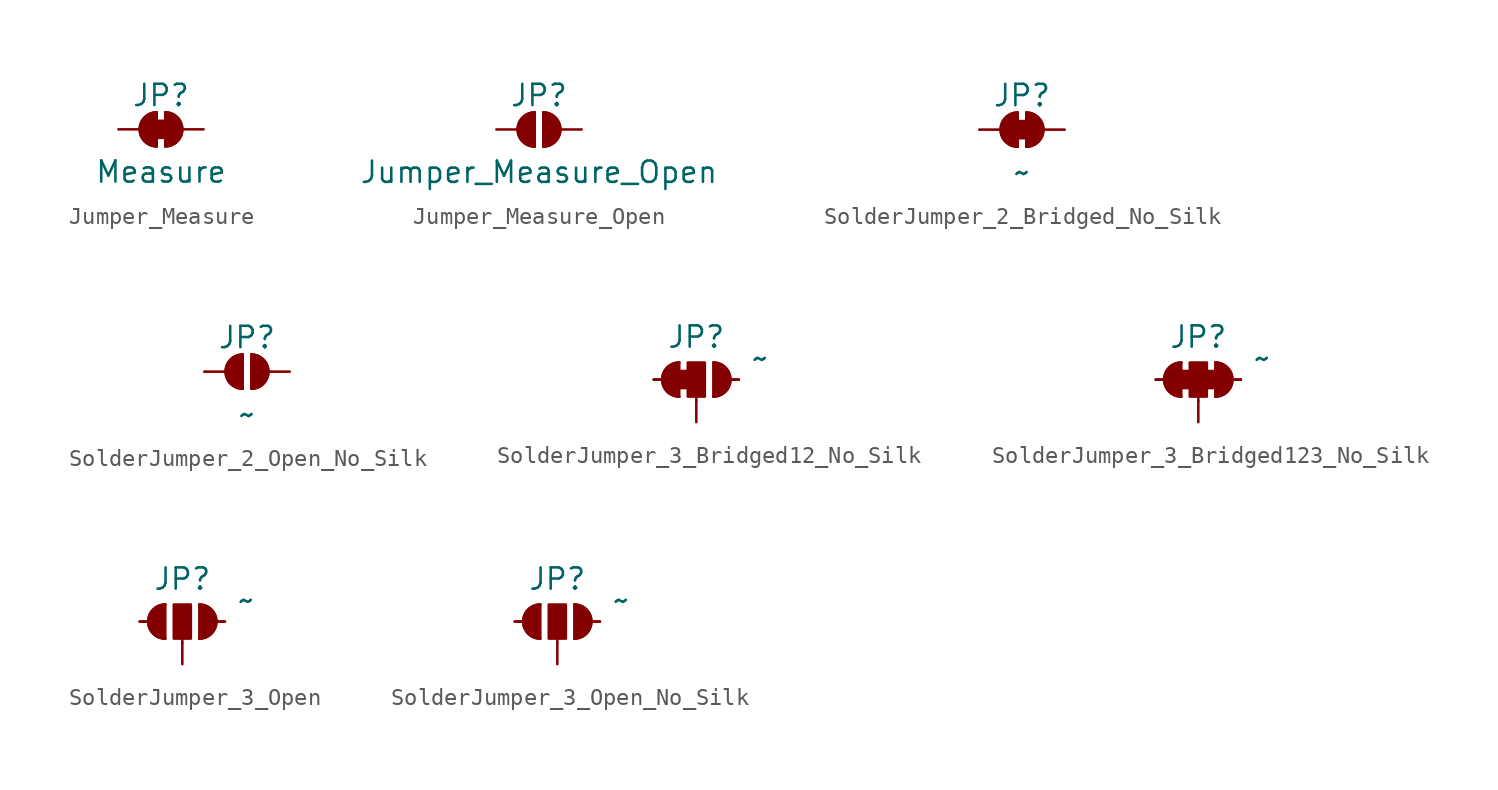
<source format=kicad_sym>
(kicad_symbol_lib
  (version 20231120)
  (generator "kicad_symbol_editor")
  (generator_version "8.0")
  (symbol "Jumper_Measure"
    (pin_numbers hide)
    (pin_names
      (offset 0) hide)
    (property "Reference" "JP"
      (at 0 2.032 0)
      (effects (font (size 1.27 1.27))))
    (property "Value" "Measure"
      (at 0 -2.54 0)
      (effects (font (size 1.27 1.27))))
    (symbol "Jumper_Measure_0_1"
      (rectangle (start -0.508 0.508) (end 0.508 -0.508) (stroke (width 0) (type default)) (fill (type outline)))
      (arc (start -0.254 1.016) (mid -1.2656 0) (end -0.254 -1.016) (stroke (width 0) (type default)) (fill (type none)))
      (arc (start -0.254 1.016) (mid -1.2656 0) (end -0.254 -1.016) (stroke (width 0) (type default)) (fill (type outline)))
      (polyline (pts (xy -0.254 1.016) (xy -0.254 -1.016)) (stroke (width 0) (type default)) (fill (type none)))
      (polyline (pts (xy 0.254 1.016) (xy 0.254 -1.016)) (stroke (width 0) (type default)) (fill (type none)))
      (arc (start 0.254 -1.016) (mid 1.2656 0) (end 0.254 1.016) (stroke (width 0) (type default)) (fill (type none)))
      (arc (start 0.254 -1.016) (mid 1.2656 0) (end 0.254 1.016) (stroke (width 0) (type default)) (fill (type outline))))
    (symbol "Jumper_Measure_1_1"
      (pin passive line (at -2.54 0 0) (length 1.27) (name "A" (effects (font (size 1.27 1.27)))) (number "1" (effects (font (size 1.27 1.27)))))
      (pin passive line (at 2.54 0 180) (length 1.27) (name "B" (effects (font (size 1.27 1.27)))) (number "2" (effects (font (size 1.27 1.27)))))))
  (symbol "Jumper_Measure_Open"
    (pin_numbers hide)
    (pin_names
      (offset 0) hide)
    (property "Reference" "JP"
      (at 0 2.032 0)
      (effects (font (size 1.27 1.27))))
    (property "Value" "Jumper_Measure_Open"
      (at 0 -2.54 0)
      (effects (font (size 1.27 1.27))))
    (symbol "Jumper_Measure_Open_0_1"
      (arc (start -0.254 1.016) (mid -1.2656 0) (end -0.254 -1.016) (stroke (width 0) (type default)) (fill (type none)))
      (arc (start -0.254 1.016) (mid -1.2656 0) (end -0.254 -1.016) (stroke (width 0) (type default)) (fill (type outline)))
      (polyline (pts (xy -0.254 1.016) (xy -0.254 -1.016)) (stroke (width 0) (type default)) (fill (type none)))
      (polyline (pts (xy 0.254 1.016) (xy 0.254 -1.016)) (stroke (width 0) (type default)) (fill (type none)))
      (arc (start 0.254 -1.016) (mid 1.2656 0) (end 0.254 1.016) (stroke (width 0) (type default)) (fill (type none)))
      (arc (start 0.254 -1.016) (mid 1.2656 0) (end 0.254 1.016) (stroke (width 0) (type default)) (fill (type outline))))
    (symbol "Jumper_Measure_Open_1_1"
      (pin passive line (at -2.54 0 0) (length 1.27) (name "A" (effects (font (size 1.27 1.27)))) (number "1" (effects (font (size 1.27 1.27)))))
      (pin passive line (at 2.54 0 180) (length 1.27) (name "B" (effects (font (size 1.27 1.27)))) (number "2" (effects (font (size 1.27 1.27)))))))
  (symbol "SolderJumper_2_Bridged_No_Silk"
    (pin_numbers hide)
    (pin_names
      (offset 0) hide)
    (property "Reference" "JP"
      (at 0 2.032 0)
      (effects (font (size 1.27 1.27))))
    (property "Value" "~"
      (at 0 -2.54 0)
      (effects (font (size 1.27 1.27))))
    (symbol "SolderJumper_2_Bridged_No_Silk_0_1"
      (rectangle (start -0.508 0.508) (end 0.508 -0.508) (stroke (width 0) (type default)) (fill (type outline)))
      (arc (start -0.254 1.016) (mid -1.2656 0) (end -0.254 -1.016) (stroke (width 0) (type default)) (fill (type none)))
      (arc (start -0.254 1.016) (mid -1.2656 0) (end -0.254 -1.016) (stroke (width 0) (type default)) (fill (type outline)))
      (polyline (pts (xy -0.254 1.016) (xy -0.254 -1.016)) (stroke (width 0) (type default)) (fill (type none)))
      (polyline (pts (xy 0.254 1.016) (xy 0.254 -1.016)) (stroke (width 0) (type default)) (fill (type none)))
      (arc (start 0.254 -1.016) (mid 1.2656 0) (end 0.254 1.016) (stroke (width 0) (type default)) (fill (type none)))
      (arc (start 0.254 -1.016) (mid 1.2656 0) (end 0.254 1.016) (stroke (width 0) (type default)) (fill (type outline))))
    (symbol "SolderJumper_2_Bridged_No_Silk_1_1"
      (pin passive line (at -2.54 0 0) (length 1.27) (name "A" (effects (font (size 1.27 1.27)))) (number "1" (effects (font (size 1.27 1.27)))))
      (pin passive line (at 2.54 0 180) (length 1.27) (name "B" (effects (font (size 1.27 1.27)))) (number "2" (effects (font (size 1.27 1.27)))))))
  (symbol "SolderJumper_2_Open_No_Silk"
    (pin_numbers hide)
    (pin_names
      (offset 0) hide)
    (property "Reference" "JP"
      (at 0 2.032 0)
      (effects (font (size 1.27 1.27))))
    (property "Value" "~"
      (at 0 -2.54 0)
      (effects (font (size 1.27 1.27))))
    (symbol "SolderJumper_2_Open_No_Silk_0_1"
      (arc (start -0.254 1.016) (mid -1.2656 0) (end -0.254 -1.016) (stroke (width 0) (type default)) (fill (type none)))
      (arc (start -0.254 1.016) (mid -1.2656 0) (end -0.254 -1.016) (stroke (width 0) (type default)) (fill (type outline)))
      (polyline (pts (xy -0.254 1.016) (xy -0.254 -1.016)) (stroke (width 0) (type default)) (fill (type none)))
      (polyline (pts (xy 0.254 1.016) (xy 0.254 -1.016)) (stroke (width 0) (type default)) (fill (type none)))
      (arc (start 0.254 -1.016) (mid 1.2656 0) (end 0.254 1.016) (stroke (width 0) (type default)) (fill (type none)))
      (arc (start 0.254 -1.016) (mid 1.2656 0) (end 0.254 1.016) (stroke (width 0) (type default)) (fill (type outline))))
    (symbol "SolderJumper_2_Open_No_Silk_1_1"
      (pin passive line (at -2.54 0 0) (length 1.27) (name "A" (effects (font (size 1.27 1.27)))) (number "1" (effects (font (size 1.27 1.27)))))
      (pin passive line (at 2.54 0 180) (length 1.27) (name "B" (effects (font (size 1.27 1.27)))) (number "2" (effects (font (size 1.27 1.27)))))))
  (symbol "SolderJumper_3_Bridged12_No_Silk"
    (pin_numbers hide)
    (pin_names
      (offset 0) hide)
    (property "Reference" "JP"
      (at 0 2.54 0)
      (effects (font (size 1.27 1.27))))
    (property "Value" "~"
      (at 3.81 1.27 0)
      (effects (font (size 1.27 1.27))))
    (symbol "SolderJumper_3_Bridged12_No_Silk_0_1"
      (rectangle (start -1.016 0.508) (end -0.508 -0.508) (stroke (width 0) (type default)) (fill (type outline)))
      (arc (start -1.016 1.016) (mid -2.0276 0) (end -1.016 -1.016) (stroke (width 0) (type default)) (fill (type none)))
      (arc (start -1.016 1.016) (mid -2.0276 0) (end -1.016 -1.016) (stroke (width 0) (type default)) (fill (type outline)))
      (rectangle (start -0.508 1.016) (end 0.508 -1.016) (stroke (width 0) (type default)) (fill (type outline)))
      (polyline (pts (xy -2.54 0) (xy -2.032 0)) (stroke (width 0) (type default)) (fill (type none)))
      (polyline (pts (xy -1.016 1.016) (xy -1.016 -1.016)) (stroke (width 0) (type default)) (fill (type none)))
      (polyline (pts (xy 0 -1.27) (xy 0 -1.016)) (stroke (width 0) (type default)) (fill (type none)))
      (polyline (pts (xy 1.016 1.016) (xy 1.016 -1.016)) (stroke (width 0) (type default)) (fill (type none)))
      (polyline (pts (xy 2.54 0) (xy 2.032 0)) (stroke (width 0) (type default)) (fill (type none)))
      (arc (start 1.016 -1.016) (mid 2.0276 0) (end 1.016 1.016) (stroke (width 0) (type default)) (fill (type none)))
      (arc (start 1.016 -1.016) (mid 2.0276 0) (end 1.016 1.016) (stroke (width 0) (type default)) (fill (type outline))))
    (symbol "SolderJumper_3_Bridged12_No_Silk_1_1"
      (pin passive line (at -2.54 0 0) (length 1.27) (name "A" (effects (font (size 1.27 1.27)))) (number "1" (effects (font (size 1.27 1.27)))))
      (pin passive line (at 2.54 0 180) (length 1.27) (name "B" (effects (font (size 1.27 1.27)))) (number "2" (effects (font (size 1.27 1.27)))))
      (pin passive line (at 0 -2.54 90) (length 1.27) (name "C" (effects (font (size 1.27 1.27)))) (number "2" (effects (font (size 1.27 1.27)))))))
  (symbol "SolderJumper_3_Bridged123_No_Silk"
    (pin_numbers hide)
    (pin_names
      (offset 0) hide)
    (property "Reference" "JP"
      (at 0 2.54 0)
      (effects (font (size 1.27 1.27))))
    (property "Value" "~"
      (at 3.81 1.27 0)
      (effects (font (size 1.27 1.27))))
    (symbol "SolderJumper_3_Bridged123_No_Silk_0_1"
      (rectangle (start -1.016 0.508) (end -0.508 -0.508) (stroke (width 0) (type default)) (fill (type outline)))
      (arc (start -1.016 1.016) (mid -2.0276 0) (end -1.016 -1.016) (stroke (width 0) (type default)) (fill (type none)))
      (arc (start -1.016 1.016) (mid -2.0276 0) (end -1.016 -1.016) (stroke (width 0) (type default)) (fill (type outline)))
      (rectangle (start -0.508 1.016) (end 0.508 -1.016) (stroke (width 0) (type default)) (fill (type outline)))
      (polyline (pts (xy -2.54 0) (xy -2.032 0)) (stroke (width 0) (type default)) (fill (type none)))
      (polyline (pts (xy -1.016 1.016) (xy -1.016 -1.016)) (stroke (width 0) (type default)) (fill (type none)))
      (polyline (pts (xy 0 -1.27) (xy 0 -1.016)) (stroke (width 0) (type default)) (fill (type none)))
      (polyline (pts (xy 1.016 1.016) (xy 1.016 -1.016)) (stroke (width 0) (type default)) (fill (type none)))
      (polyline (pts (xy 2.54 0) (xy 2.032 0)) (stroke (width 0) (type default)) (fill (type none)))
      (rectangle (start 0.508 0.508) (end 1.016 -0.508) (stroke (width 0) (type default)) (fill (type outline)))
      (arc (start 1.016 -1.016) (mid 2.0276 0) (end 1.016 1.016) (stroke (width 0) (type default)) (fill (type none)))
      (arc (start 1.016 -1.016) (mid 2.0276 0) (end 1.016 1.016) (stroke (width 0) (type default)) (fill (type outline))))
    (symbol "SolderJumper_3_Bridged123_No_Silk_1_1"
      (pin passive line (at -2.54 0 0) (length 1.27) (name "A" (effects (font (size 1.27 1.27)))) (number "1" (effects (font (size 1.27 1.27)))))
      (pin passive line (at 2.54 0 180) (length 1.27) (name "B" (effects (font (size 1.27 1.27)))) (number "2" (effects (font (size 1.27 1.27)))))
      (pin passive line (at 0 -2.54 90) (length 1.27) (name "C" (effects (font (size 1.27 1.27)))) (number "2" (effects (font (size 1.27 1.27)))))))
  (symbol "SolderJumper_3_Open"
    (pin_numbers hide)
    (pin_names
      (offset 0) hide)
    (property "Reference" "JP"
      (at 0 2.54 0)
      (effects (font (size 1.27 1.27))))
    (property "Value" "~"
      (at 3.81 1.27 0)
      (effects (font (size 1.27 1.27))))
    (symbol "SolderJumper_3_Open_0_1"
      (arc (start -1.016 1.016) (mid -2.0276 0) (end -1.016 -1.016) (stroke (width 0) (type default)) (fill (type none)))
      (arc (start -1.016 1.016) (mid -2.0276 0) (end -1.016 -1.016) (stroke (width 0) (type default)) (fill (type outline)))
      (rectangle (start -0.508 1.016) (end 0.508 -1.016) (stroke (width 0) (type default)) (fill (type outline)))
      (polyline (pts (xy -2.54 0) (xy -2.032 0)) (stroke (width 0) (type default)) (fill (type none)))
      (polyline (pts (xy -1.016 1.016) (xy -1.016 -1.016)) (stroke (width 0) (type default)) (fill (type none)))
      (polyline (pts (xy 0 -1.27) (xy 0 -1.016)) (stroke (width 0) (type default)) (fill (type none)))
      (polyline (pts (xy 1.016 1.016) (xy 1.016 -1.016)) (stroke (width 0) (type default)) (fill (type none)))
      (polyline (pts (xy 2.54 0) (xy 2.032 0)) (stroke (width 0) (type default)) (fill (type none)))
      (arc (start 1.016 -1.016) (mid 2.0276 0) (end 1.016 1.016) (stroke (width 0) (type default)) (fill (type none)))
      (arc (start 1.016 -1.016) (mid 2.0276 0) (end 1.016 1.016) (stroke (width 0) (type default)) (fill (type outline))))
    (symbol "SolderJumper_3_Open_1_1"
      (pin passive line (at -2.54 0 0) (length 1.27) (name "A" (effects (font (size 1.27 1.27)))) (number "1" (effects (font (size 1.27 1.27)))))
      (pin passive line (at 2.54 0 180) (length 1.27) (name "B" (effects (font (size 1.27 1.27)))) (number "2" (effects (font (size 1.27 1.27)))))
      (pin passive line (at 0 -2.54 90) (length 1.27) (name "C" (effects (font (size 1.27 1.27)))) (number "2" (effects (font (size 1.27 1.27)))))))
  (symbol "SolderJumper_3_Open_No_Silk"
    (pin_numbers hide)
    (pin_names
      (offset 0) hide)
    (property "Reference" "JP"
      (at 0 2.54 0)
      (effects (font (size 1.27 1.27))))
    (property "Value" "~"
      (at 3.81 1.27 0)
      (effects (font (size 1.27 1.27))))
    (symbol "SolderJumper_3_Open_No_Silk_0_1"
      (arc (start -1.016 1.016) (mid -2.0276 0) (end -1.016 -1.016) (stroke (width 0) (type default)) (fill (type none)))
      (arc (start -1.016 1.016) (mid -2.0276 0) (end -1.016 -1.016) (stroke (width 0) (type default)) (fill (type outline)))
      (rectangle (start -0.508 1.016) (end 0.508 -1.016) (stroke (width 0) (type default)) (fill (type outline)))
      (polyline (pts (xy -2.54 0) (xy -2.032 0)) (stroke (width 0) (type default)) (fill (type none)))
      (polyline (pts (xy -1.016 1.016) (xy -1.016 -1.016)) (stroke (width 0) (type default)) (fill (type none)))
      (polyline (pts (xy 0 -1.27) (xy 0 -1.016)) (stroke (width 0) (type default)) (fill (type none)))
      (polyline (pts (xy 1.016 1.016) (xy 1.016 -1.016)) (stroke (width 0) (type default)) (fill (type none)))
      (polyline (pts (xy 2.54 0) (xy 2.032 0)) (stroke (width 0) (type default)) (fill (type none)))
      (arc (start 1.016 -1.016) (mid 2.0276 0) (end 1.016 1.016) (stroke (width 0) (type default)) (fill (type none)))
      (arc (start 1.016 -1.016) (mid 2.0276 0) (end 1.016 1.016) (stroke (width 0) (type default)) (fill (type outline))))
    (symbol "SolderJumper_3_Open_No_Silk_1_1"
      (pin passive line (at -2.54 0 0) (length 1.27) (name "A" (effects (font (size 1.27 1.27)))) (number "1" (effects (font (size 1.27 1.27)))))
      (pin passive line (at 2.54 0 180) (length 1.27) (name "B" (effects (font (size 1.27 1.27)))) (number "2" (effects (font (size 1.27 1.27)))))
      (pin passive line (at 0 -2.54 90) (length 1.27) (name "C" (effects (font (size 1.27 1.27)))) (number "2" (effects (font (size 1.27 1.27))))))))
</source>
